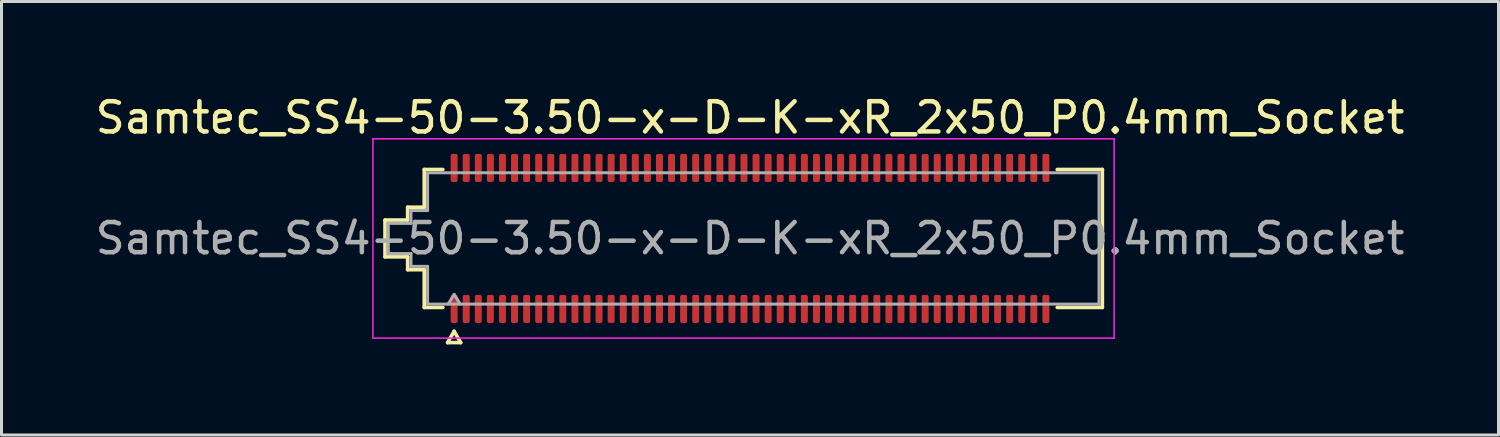
<source format=kicad_pcb>
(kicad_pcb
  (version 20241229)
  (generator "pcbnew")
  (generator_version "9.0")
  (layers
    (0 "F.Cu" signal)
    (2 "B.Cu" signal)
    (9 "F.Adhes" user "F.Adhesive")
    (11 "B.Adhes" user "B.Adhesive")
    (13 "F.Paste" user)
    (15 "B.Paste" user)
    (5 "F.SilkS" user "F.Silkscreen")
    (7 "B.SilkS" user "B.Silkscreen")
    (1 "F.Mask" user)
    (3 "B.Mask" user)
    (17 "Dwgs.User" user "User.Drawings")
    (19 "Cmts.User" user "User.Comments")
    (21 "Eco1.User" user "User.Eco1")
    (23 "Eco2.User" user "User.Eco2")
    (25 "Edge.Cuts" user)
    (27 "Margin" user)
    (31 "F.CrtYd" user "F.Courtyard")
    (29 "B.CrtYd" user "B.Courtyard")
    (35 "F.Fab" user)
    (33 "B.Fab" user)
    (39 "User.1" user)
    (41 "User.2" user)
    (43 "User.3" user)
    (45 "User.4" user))
  (footprint "Samtec_SS4-50-3.50-x-D-K-xR_2x50_P0.4mm_Socket"
    (layer "F.Cu")
    (at 21.792 4.848)
    (property "Reference" "Samtec_SS4-50-3.50-x-D-K-xR_2x50_P0.4mm_Socket" (at 0 -4 0) (layer "F.SilkS") (effects (font (size 1 1) (thickness 0.15))))
    (attr smd)
    (fp_line (start -12.09 -0.61) (end -11.34 -0.61) (stroke (width 0.12) (type solid)) (layer "F.SilkS"))
    (fp_line (start -12.09 0.61) (end -12.09 -0.61) (stroke (width 0.12) (type solid)) (layer "F.SilkS"))
    (fp_line (start -11.34 -1.035) (end -10.79 -1.035) (stroke (width 0.12) (type solid)) (layer "F.SilkS"))
    (fp_line (start -11.34 -0.61) (end -11.34 -1.035) (stroke (width 0.12) (type solid)) (layer "F.SilkS"))
    (fp_line (start -11.34 0.61) (end -12.09 0.61) (stroke (width 0.12) (type solid)) (layer "F.SilkS"))
    (fp_line (start -11.34 1.035) (end -11.34 0.61) (stroke (width 0.12) (type solid)) (layer "F.SilkS"))
    (fp_line (start -10.79 -2.285) (end -10.175 -2.285) (stroke (width 0.12) (type solid)) (layer "F.SilkS"))
    (fp_line (start -10.79 -1.035) (end -10.79 -2.285) (stroke (width 0.12) (type solid)) (layer "F.SilkS"))
    (fp_line (start -10.79 1.035) (end -11.34 1.035) (stroke (width 0.12) (type solid)) (layer "F.SilkS"))
    (fp_line (start -10.79 2.285) (end -10.79 1.035) (stroke (width 0.12) (type solid)) (layer "F.SilkS"))
    (fp_line (start -10.175 2.285) (end -10.79 2.285) (stroke (width 0.12) (type solid)) (layer "F.SilkS"))
    (fp_line (start -10.017 3.45) (end -9.8 3.075) (stroke (width 0.12) (type solid)) (layer "F.SilkS"))
    (fp_line (start -9.8 3.075) (end -9.583 3.45) (stroke (width 0.12) (type solid)) (layer "F.SilkS"))
    (fp_line (start -9.583 3.45) (end -10.017 3.45) (stroke (width 0.12) (type solid)) (layer "F.SilkS"))
    (fp_line (start 10.175 -2.285) (end 11.67 -2.285) (stroke (width 0.12) (type solid)) (layer "F.SilkS"))
    (fp_line (start 11.67 -2.285) (end 11.67 2.285) (stroke (width 0.12) (type solid)) (layer "F.SilkS"))
    (fp_line (start 11.67 2.285) (end 10.175 2.285) (stroke (width 0.12) (type solid)) (layer "F.SilkS"))
    (fp_line (start -12.49 -3.3) (end -12.49 3.3) (stroke (width 0.05) (type solid)) (layer "F.CrtYd"))
    (fp_line (start -12.49 3.3) (end 12.06 3.3) (stroke (width 0.05) (type solid)) (layer "F.CrtYd"))
    (fp_line (start 12.06 -3.3) (end -12.49 -3.3) (stroke (width 0.05) (type solid)) (layer "F.CrtYd"))
    (fp_line (start 12.06 3.3) (end 12.06 -3.3) (stroke (width 0.05) (type solid)) (layer "F.CrtYd"))
    (fp_line (start -11.98 -0.5) (end -11.23 -0.5) (stroke (width 0.1) (type solid)) (layer "F.Fab"))
    (fp_line (start -11.98 0.5) (end -11.98 -0.5) (stroke (width 0.1) (type solid)) (layer "F.Fab"))
    (fp_line (start -11.23 -0.925) (end -10.68 -0.925) (stroke (width 0.1) (type solid)) (layer "F.Fab"))
    (fp_line (start -11.23 -0.5) (end -11.23 -0.925) (stroke (width 0.1) (type solid)) (layer "F.Fab"))
    (fp_line (start -11.23 0.5) (end -11.98 0.5) (stroke (width 0.1) (type solid)) (layer "F.Fab"))
    (fp_line (start -11.23 0.925) (end -11.23 0.5) (stroke (width 0.1) (type solid)) (layer "F.Fab"))
    (fp_line (start -10.68 -2.175) (end 11.56 -2.175) (stroke (width 0.1) (type solid)) (layer "F.Fab"))
    (fp_line (start -10.68 -0.925) (end -10.68 -2.175) (stroke (width 0.1) (type solid)) (layer "F.Fab"))
    (fp_line (start -10.68 0.925) (end -11.23 0.925) (stroke (width 0.1) (type solid)) (layer "F.Fab"))
    (fp_line (start -10.68 2.175) (end -10.68 0.925) (stroke (width 0.1) (type solid)) (layer "F.Fab"))
    (fp_line (start -10 2.175) (end -9.8 1.855) (stroke (width 0.1) (type solid)) (layer "F.Fab"))
    (fp_line (start -9.8 1.855) (end -9.6 2.175) (stroke (width 0.1) (type solid)) (layer "F.Fab"))
    (fp_line (start 11.56 -2.175) (end 11.56 2.175) (stroke (width 0.1) (type solid)) (layer "F.Fab"))
    (fp_line (start 11.56 2.175) (end -10.68 2.175) (stroke (width 0.1) (type solid)) (layer "F.Fab"))
    (fp_text user "${REFERENCE}" (at 0 0 0) (layer "F.Fab") (effects (font (size 1 1) (thickness 0.15))))
    (pad "1" smd roundrect (at -9.8 2.335) (size 0.23 0.93) (layers "F.Cu" "F.Mask" "F.Paste") (roundrect_rratio 0.25))
    (pad "2" smd roundrect (at -9.8 -2.335) (size 0.23 0.93) (layers "F.Cu" "F.Mask" "F.Paste") (roundrect_rratio 0.25))
    (pad "3" smd roundrect (at -9.4 2.335) (size 0.23 0.93) (layers "F.Cu" "F.Mask" "F.Paste") (roundrect_rratio 0.25))
    (pad "4" smd roundrect (at -9.4 -2.335) (size 0.23 0.93) (layers "F.Cu" "F.Mask" "F.Paste") (roundrect_rratio 0.25))
    (pad "5" smd roundrect (at -9 2.335) (size 0.23 0.93) (layers "F.Cu" "F.Mask" "F.Paste") (roundrect_rratio 0.25))
    (pad "6" smd roundrect (at -9 -2.335) (size 0.23 0.93) (layers "F.Cu" "F.Mask" "F.Paste") (roundrect_rratio 0.25))
    (pad "7" smd roundrect (at -8.6 2.335) (size 0.23 0.93) (layers "F.Cu" "F.Mask" "F.Paste") (roundrect_rratio 0.25))
    (pad "8" smd roundrect (at -8.6 -2.335) (size 0.23 0.93) (layers "F.Cu" "F.Mask" "F.Paste") (roundrect_rratio 0.25))
    (pad "9" smd roundrect (at -8.2 2.335) (size 0.23 0.93) (layers "F.Cu" "F.Mask" "F.Paste") (roundrect_rratio 0.25))
    (pad "10" smd roundrect (at -8.2 -2.335) (size 0.23 0.93) (layers "F.Cu" "F.Mask" "F.Paste") (roundrect_rratio 0.25))
    (pad "11" smd roundrect (at -7.8 2.335) (size 0.23 0.93) (layers "F.Cu" "F.Mask" "F.Paste") (roundrect_rratio 0.25))
    (pad "12" smd roundrect (at -7.8 -2.335) (size 0.23 0.93) (layers "F.Cu" "F.Mask" "F.Paste") (roundrect_rratio 0.25))
    (pad "13" smd roundrect (at -7.4 2.335) (size 0.23 0.93) (layers "F.Cu" "F.Mask" "F.Paste") (roundrect_rratio 0.25))
    (pad "14" smd roundrect (at -7.4 -2.335) (size 0.23 0.93) (layers "F.Cu" "F.Mask" "F.Paste") (roundrect_rratio 0.25))
    (pad "15" smd roundrect (at -7 2.335) (size 0.23 0.93) (layers "F.Cu" "F.Mask" "F.Paste") (roundrect_rratio 0.25))
    (pad "16" smd roundrect (at -7 -2.335) (size 0.23 0.93) (layers "F.Cu" "F.Mask" "F.Paste") (roundrect_rratio 0.25))
    (pad "17" smd roundrect (at -6.6 2.335) (size 0.23 0.93) (layers "F.Cu" "F.Mask" "F.Paste") (roundrect_rratio 0.25))
    (pad "18" smd roundrect (at -6.6 -2.335) (size 0.23 0.93) (layers "F.Cu" "F.Mask" "F.Paste") (roundrect_rratio 0.25))
    (pad "19" smd roundrect (at -6.2 2.335) (size 0.23 0.93) (layers "F.Cu" "F.Mask" "F.Paste") (roundrect_rratio 0.25))
    (pad "20" smd roundrect (at -6.2 -2.335) (size 0.23 0.93) (layers "F.Cu" "F.Mask" "F.Paste") (roundrect_rratio 0.25))
    (pad "21" smd roundrect (at -5.8 2.335) (size 0.23 0.93) (layers "F.Cu" "F.Mask" "F.Paste") (roundrect_rratio 0.25))
    (pad "22" smd roundrect (at -5.8 -2.335) (size 0.23 0.93) (layers "F.Cu" "F.Mask" "F.Paste") (roundrect_rratio 0.25))
    (pad "23" smd roundrect (at -5.4 2.335) (size 0.23 0.93) (layers "F.Cu" "F.Mask" "F.Paste") (roundrect_rratio 0.25))
    (pad "24" smd roundrect (at -5.4 -2.335) (size 0.23 0.93) (layers "F.Cu" "F.Mask" "F.Paste") (roundrect_rratio 0.25))
    (pad "25" smd roundrect (at -5 2.335) (size 0.23 0.93) (layers "F.Cu" "F.Mask" "F.Paste") (roundrect_rratio 0.25))
    (pad "26" smd roundrect (at -5 -2.335) (size 0.23 0.93) (layers "F.Cu" "F.Mask" "F.Paste") (roundrect_rratio 0.25))
    (pad "27" smd roundrect (at -4.6 2.335) (size 0.23 0.93) (layers "F.Cu" "F.Mask" "F.Paste") (roundrect_rratio 0.25))
    (pad "28" smd roundrect (at -4.6 -2.335) (size 0.23 0.93) (layers "F.Cu" "F.Mask" "F.Paste") (roundrect_rratio 0.25))
    (pad "29" smd roundrect (at -4.2 2.335) (size 0.23 0.93) (layers "F.Cu" "F.Mask" "F.Paste") (roundrect_rratio 0.25))
    (pad "30" smd roundrect (at -4.2 -2.335) (size 0.23 0.93) (layers "F.Cu" "F.Mask" "F.Paste") (roundrect_rratio 0.25))
    (pad "31" smd roundrect (at -3.8 2.335) (size 0.23 0.93) (layers "F.Cu" "F.Mask" "F.Paste") (roundrect_rratio 0.25))
    (pad "32" smd roundrect (at -3.8 -2.335) (size 0.23 0.93) (layers "F.Cu" "F.Mask" "F.Paste") (roundrect_rratio 0.25))
    (pad "33" smd roundrect (at -3.4 2.335) (size 0.23 0.93) (layers "F.Cu" "F.Mask" "F.Paste") (roundrect_rratio 0.25))
    (pad "34" smd roundrect (at -3.4 -2.335) (size 0.23 0.93) (layers "F.Cu" "F.Mask" "F.Paste") (roundrect_rratio 0.25))
    (pad "35" smd roundrect (at -3 2.335) (size 0.23 0.93) (layers "F.Cu" "F.Mask" "F.Paste") (roundrect_rratio 0.25))
    (pad "36" smd roundrect (at -3 -2.335) (size 0.23 0.93) (layers "F.Cu" "F.Mask" "F.Paste") (roundrect_rratio 0.25))
    (pad "37" smd roundrect (at -2.6 2.335) (size 0.23 0.93) (layers "F.Cu" "F.Mask" "F.Paste") (roundrect_rratio 0.25))
    (pad "38" smd roundrect (at -2.6 -2.335) (size 0.23 0.93) (layers "F.Cu" "F.Mask" "F.Paste") (roundrect_rratio 0.25))
    (pad "39" smd roundrect (at -2.2 2.335) (size 0.23 0.93) (layers "F.Cu" "F.Mask" "F.Paste") (roundrect_rratio 0.25))
    (pad "40" smd roundrect (at -2.2 -2.335) (size 0.23 0.93) (layers "F.Cu" "F.Mask" "F.Paste") (roundrect_rratio 0.25))
    (pad "41" smd roundrect (at -1.8 2.335) (size 0.23 0.93) (layers "F.Cu" "F.Mask" "F.Paste") (roundrect_rratio 0.25))
    (pad "42" smd roundrect (at -1.8 -2.335) (size 0.23 0.93) (layers "F.Cu" "F.Mask" "F.Paste") (roundrect_rratio 0.25))
    (pad "43" smd roundrect (at -1.4 2.335) (size 0.23 0.93) (layers "F.Cu" "F.Mask" "F.Paste") (roundrect_rratio 0.25))
    (pad "44" smd roundrect (at -1.4 -2.335) (size 0.23 0.93) (layers "F.Cu" "F.Mask" "F.Paste") (roundrect_rratio 0.25))
    (pad "45" smd roundrect (at -1 2.335) (size 0.23 0.93) (layers "F.Cu" "F.Mask" "F.Paste") (roundrect_rratio 0.25))
    (pad "46" smd roundrect (at -1 -2.335) (size 0.23 0.93) (layers "F.Cu" "F.Mask" "F.Paste") (roundrect_rratio 0.25))
    (pad "47" smd roundrect (at -0.6 2.335) (size 0.23 0.93) (layers "F.Cu" "F.Mask" "F.Paste") (roundrect_rratio 0.25))
    (pad "48" smd roundrect (at -0.6 -2.335) (size 0.23 0.93) (layers "F.Cu" "F.Mask" "F.Paste") (roundrect_rratio 0.25))
    (pad "49" smd roundrect (at -0.2 2.335) (size 0.23 0.93) (layers "F.Cu" "F.Mask" "F.Paste") (roundrect_rratio 0.25))
    (pad "50" smd roundrect (at -0.2 -2.335) (size 0.23 0.93) (layers "F.Cu" "F.Mask" "F.Paste") (roundrect_rratio 0.25))
    (pad "51" smd roundrect (at 0.2 2.335) (size 0.23 0.93) (layers "F.Cu" "F.Mask" "F.Paste") (roundrect_rratio 0.25))
    (pad "52" smd roundrect (at 0.2 -2.335) (size 0.23 0.93) (layers "F.Cu" "F.Mask" "F.Paste") (roundrect_rratio 0.25))
    (pad "53" smd roundrect (at 0.6 2.335) (size 0.23 0.93) (layers "F.Cu" "F.Mask" "F.Paste") (roundrect_rratio 0.25))
    (pad "54" smd roundrect (at 0.6 -2.335) (size 0.23 0.93) (layers "F.Cu" "F.Mask" "F.Paste") (roundrect_rratio 0.25))
    (pad "55" smd roundrect (at 1 2.335) (size 0.23 0.93) (layers "F.Cu" "F.Mask" "F.Paste") (roundrect_rratio 0.25))
    (pad "56" smd roundrect (at 1 -2.335) (size 0.23 0.93) (layers "F.Cu" "F.Mask" "F.Paste") (roundrect_rratio 0.25))
    (pad "57" smd roundrect (at 1.4 2.335) (size 0.23 0.93) (layers "F.Cu" "F.Mask" "F.Paste") (roundrect_rratio 0.25))
    (pad "58" smd roundrect (at 1.4 -2.335) (size 0.23 0.93) (layers "F.Cu" "F.Mask" "F.Paste") (roundrect_rratio 0.25))
    (pad "59" smd roundrect (at 1.8 2.335) (size 0.23 0.93) (layers "F.Cu" "F.Mask" "F.Paste") (roundrect_rratio 0.25))
    (pad "60" smd roundrect (at 1.8 -2.335) (size 0.23 0.93) (layers "F.Cu" "F.Mask" "F.Paste") (roundrect_rratio 0.25))
    (pad "61" smd roundrect (at 2.2 2.335) (size 0.23 0.93) (layers "F.Cu" "F.Mask" "F.Paste") (roundrect_rratio 0.25))
    (pad "62" smd roundrect (at 2.2 -2.335) (size 0.23 0.93) (layers "F.Cu" "F.Mask" "F.Paste") (roundrect_rratio 0.25))
    (pad "63" smd roundrect (at 2.6 2.335) (size 0.23 0.93) (layers "F.Cu" "F.Mask" "F.Paste") (roundrect_rratio 0.25))
    (pad "64" smd roundrect (at 2.6 -2.335) (size 0.23 0.93) (layers "F.Cu" "F.Mask" "F.Paste") (roundrect_rratio 0.25))
    (pad "65" smd roundrect (at 3 2.335) (size 0.23 0.93) (layers "F.Cu" "F.Mask" "F.Paste") (roundrect_rratio 0.25))
    (pad "66" smd roundrect (at 3 -2.335) (size 0.23 0.93) (layers "F.Cu" "F.Mask" "F.Paste") (roundrect_rratio 0.25))
    (pad "67" smd roundrect (at 3.4 2.335) (size 0.23 0.93) (layers "F.Cu" "F.Mask" "F.Paste") (roundrect_rratio 0.25))
    (pad "68" smd roundrect (at 3.4 -2.335) (size 0.23 0.93) (layers "F.Cu" "F.Mask" "F.Paste") (roundrect_rratio 0.25))
    (pad "69" smd roundrect (at 3.8 2.335) (size 0.23 0.93) (layers "F.Cu" "F.Mask" "F.Paste") (roundrect_rratio 0.25))
    (pad "70" smd roundrect (at 3.8 -2.335) (size 0.23 0.93) (layers "F.Cu" "F.Mask" "F.Paste") (roundrect_rratio 0.25))
    (pad "71" smd roundrect (at 4.2 2.335) (size 0.23 0.93) (layers "F.Cu" "F.Mask" "F.Paste") (roundrect_rratio 0.25))
    (pad "72" smd roundrect (at 4.2 -2.335) (size 0.23 0.93) (layers "F.Cu" "F.Mask" "F.Paste") (roundrect_rratio 0.25))
    (pad "73" smd roundrect (at 4.6 2.335) (size 0.23 0.93) (layers "F.Cu" "F.Mask" "F.Paste") (roundrect_rratio 0.25))
    (pad "74" smd roundrect (at 4.6 -2.335) (size 0.23 0.93) (layers "F.Cu" "F.Mask" "F.Paste") (roundrect_rratio 0.25))
    (pad "75" smd roundrect (at 5 2.335) (size 0.23 0.93) (layers "F.Cu" "F.Mask" "F.Paste") (roundrect_rratio 0.25))
    (pad "76" smd roundrect (at 5 -2.335) (size 0.23 0.93) (layers "F.Cu" "F.Mask" "F.Paste") (roundrect_rratio 0.25))
    (pad "77" smd roundrect (at 5.4 2.335) (size 0.23 0.93) (layers "F.Cu" "F.Mask" "F.Paste") (roundrect_rratio 0.25))
    (pad "78" smd roundrect (at 5.4 -2.335) (size 0.23 0.93) (layers "F.Cu" "F.Mask" "F.Paste") (roundrect_rratio 0.25))
    (pad "79" smd roundrect (at 5.8 2.335) (size 0.23 0.93) (layers "F.Cu" "F.Mask" "F.Paste") (roundrect_rratio 0.25))
    (pad "80" smd roundrect (at 5.8 -2.335) (size 0.23 0.93) (layers "F.Cu" "F.Mask" "F.Paste") (roundrect_rratio 0.25))
    (pad "81" smd roundrect (at 6.2 2.335) (size 0.23 0.93) (layers "F.Cu" "F.Mask" "F.Paste") (roundrect_rratio 0.25))
    (pad "82" smd roundrect (at 6.2 -2.335) (size 0.23 0.93) (layers "F.Cu" "F.Mask" "F.Paste") (roundrect_rratio 0.25))
    (pad "83" smd roundrect (at 6.6 2.335) (size 0.23 0.93) (layers "F.Cu" "F.Mask" "F.Paste") (roundrect_rratio 0.25))
    (pad "84" smd roundrect (at 6.6 -2.335) (size 0.23 0.93) (layers "F.Cu" "F.Mask" "F.Paste") (roundrect_rratio 0.25))
    (pad "85" smd roundrect (at 7 2.335) (size 0.23 0.93) (layers "F.Cu" "F.Mask" "F.Paste") (roundrect_rratio 0.25))
    (pad "86" smd roundrect (at 7 -2.335) (size 0.23 0.93) (layers "F.Cu" "F.Mask" "F.Paste") (roundrect_rratio 0.25))
    (pad "87" smd roundrect (at 7.4 2.335) (size 0.23 0.93) (layers "F.Cu" "F.Mask" "F.Paste") (roundrect_rratio 0.25))
    (pad "88" smd roundrect (at 7.4 -2.335) (size 0.23 0.93) (layers "F.Cu" "F.Mask" "F.Paste") (roundrect_rratio 0.25))
    (pad "89" smd roundrect (at 7.8 2.335) (size 0.23 0.93) (layers "F.Cu" "F.Mask" "F.Paste") (roundrect_rratio 0.25))
    (pad "90" smd roundrect (at 7.8 -2.335) (size 0.23 0.93) (layers "F.Cu" "F.Mask" "F.Paste") (roundrect_rratio 0.25))
    (pad "91" smd roundrect (at 8.2 2.335) (size 0.23 0.93) (layers "F.Cu" "F.Mask" "F.Paste") (roundrect_rratio 0.25))
    (pad "92" smd roundrect (at 8.2 -2.335) (size 0.23 0.93) (layers "F.Cu" "F.Mask" "F.Paste") (roundrect_rratio 0.25))
    (pad "93" smd roundrect (at 8.6 2.335) (size 0.23 0.93) (layers "F.Cu" "F.Mask" "F.Paste") (roundrect_rratio 0.25))
    (pad "94" smd roundrect (at 8.6 -2.335) (size 0.23 0.93) (layers "F.Cu" "F.Mask" "F.Paste") (roundrect_rratio 0.25))
    (pad "95" smd roundrect (at 9 2.335) (size 0.23 0.93) (layers "F.Cu" "F.Mask" "F.Paste") (roundrect_rratio 0.25))
    (pad "96" smd roundrect (at 9 -2.335) (size 0.23 0.93) (layers "F.Cu" "F.Mask" "F.Paste") (roundrect_rratio 0.25))
    (pad "97" smd roundrect (at 9.4 2.335) (size 0.23 0.93) (layers "F.Cu" "F.Mask" "F.Paste") (roundrect_rratio 0.25))
    (pad "98" smd roundrect (at 9.4 -2.335) (size 0.23 0.93) (layers "F.Cu" "F.Mask" "F.Paste") (roundrect_rratio 0.25))
    (pad "99" smd roundrect (at 9.8 2.335) (size 0.23 0.93) (layers "F.Cu" "F.Mask" "F.Paste") (roundrect_rratio 0.25))
    (pad "100" smd roundrect (at 9.8 -2.335) (size 0.23 0.93) (layers "F.Cu" "F.Mask" "F.Paste") (roundrect_rratio 0.25)))
  (gr_rect
    (start -3 -3)
    (end 46.583 11.358)
    (stroke (width 0.1) (type default))
    (fill no)
    (layer "Edge.Cuts")))
</source>
